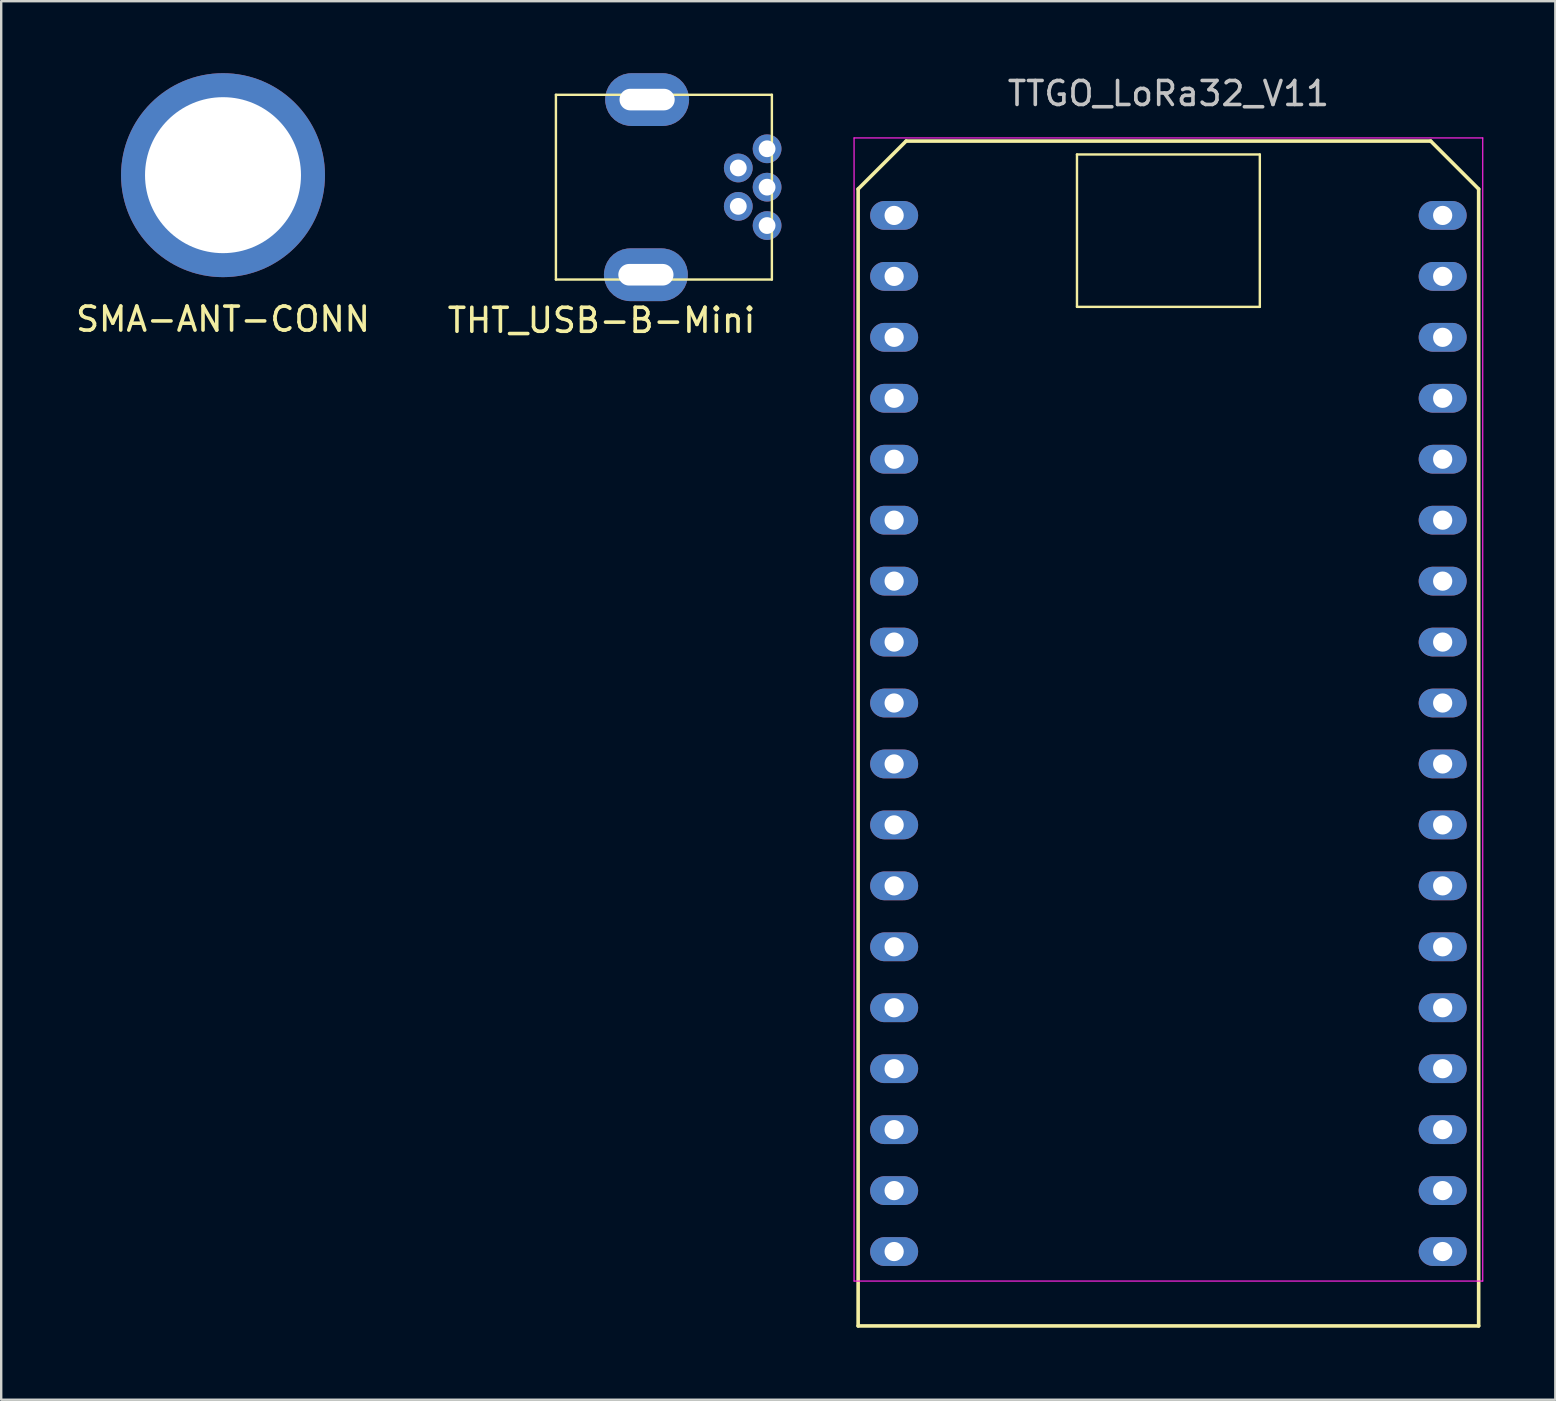
<source format=kicad_pcb>
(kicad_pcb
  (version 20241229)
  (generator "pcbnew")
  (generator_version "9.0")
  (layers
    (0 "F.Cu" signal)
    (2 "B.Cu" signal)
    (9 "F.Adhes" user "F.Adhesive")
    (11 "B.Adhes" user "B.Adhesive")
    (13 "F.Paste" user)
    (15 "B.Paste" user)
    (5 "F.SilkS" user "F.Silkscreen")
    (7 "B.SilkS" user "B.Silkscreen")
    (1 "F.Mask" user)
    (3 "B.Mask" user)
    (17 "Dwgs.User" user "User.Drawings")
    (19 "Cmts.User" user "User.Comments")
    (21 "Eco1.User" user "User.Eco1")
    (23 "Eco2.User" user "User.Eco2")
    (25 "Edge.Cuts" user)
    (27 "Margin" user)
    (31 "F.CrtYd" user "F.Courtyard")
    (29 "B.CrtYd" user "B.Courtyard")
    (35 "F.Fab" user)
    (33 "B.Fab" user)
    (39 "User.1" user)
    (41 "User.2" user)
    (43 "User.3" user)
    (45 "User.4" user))
  (footprint "TTGO_LoRa32_V11"
    (layer "F.Cu")
    (at 45.643 26.248)
    (property "Reference" "TTGO_LoRa32_V11" (at 0 -25.4 0) (layer "Dwgs.User") (effects (font (size 1 1) (thickness 0.15))))
    (attr through_hole)
    (fp_line (start -12.93 25.96) (end 12.93 25.96) (stroke (width 0.15) (type solid)) (layer "F.SilkS"))
    (fp_line (start -12.93 -21.42) (end -12.93 25.96) (stroke (width 0.15) (type solid)) (layer "F.SilkS"))
    (fp_line (start -10.93 -23.42) (end -12.93 -21.42) (stroke (width 0.15) (type solid)) (layer "F.SilkS"))
    (fp_line (start -3.81 -22.86) (end 3.81 -22.86) (stroke (width 0.1) (type solid)) (layer "F.SilkS"))
    (fp_line (start -3.81 -16.51) (end -3.81 -22.86) (stroke (width 0.1) (type solid)) (layer "F.SilkS"))
    (fp_line (start 3.81 -22.86) (end 3.81 -16.51) (stroke (width 0.1) (type solid)) (layer "F.SilkS"))
    (fp_line (start 3.81 -16.51) (end -3.81 -16.51) (stroke (width 0.1) (type solid)) (layer "F.SilkS"))
    (fp_line (start 10.93 -23.42) (end -10.93 -23.42) (stroke (width 0.15) (type solid)) (layer "F.SilkS"))
    (fp_line (start 10.93 -23.42) (end 12.93 -21.42) (stroke (width 0.15) (type solid)) (layer "F.SilkS"))
    (fp_line (start 12.93 25.96) (end 12.93 -21.42) (stroke (width 0.15) (type solid)) (layer "F.SilkS"))
    (fp_line (start -13.1 -23.55) (end 13.1 -23.55) (stroke (width 0.05) (type solid)) (layer "F.CrtYd"))
    (fp_line (start -13.1 24.09) (end -13.1 -23.55) (stroke (width 0.05) (type solid)) (layer "F.CrtYd"))
    (fp_line (start 13.1 -23.55) (end 13.1 24.09) (stroke (width 0.05) (type solid)) (layer "F.CrtYd"))
    (fp_line (start 13.1 24.09) (end -13.1 24.09) (stroke (width 0.05) (type solid)) (layer "F.CrtYd"))
    (pad "1" thru_hole oval (at -11.43 -20.32 270) (size 1.2 2) (drill 0.8) (layers "*.Cu" "*.Mask"))
    (pad "2" thru_hole oval (at -11.43 -17.78 270) (size 1.2 2) (drill 0.8) (layers "*.Cu" "*.Mask"))
    (pad "3" thru_hole oval (at -11.43 -15.24 270) (size 1.2 2) (drill 0.8) (layers "*.Cu" "*.Mask"))
    (pad "4" thru_hole oval (at -11.43 -12.7 270) (size 1.2 2) (drill 0.8) (layers "*.Cu" "*.Mask"))
    (pad "5" thru_hole oval (at -11.43 -10.16 270) (size 1.2 2) (drill 0.8) (layers "*.Cu" "*.Mask"))
    (pad "6" thru_hole oval (at -11.43 -7.62 270) (size 1.2 2) (drill 0.8) (layers "*.Cu" "*.Mask"))
    (pad "7" thru_hole oval (at -11.43 -5.08 270) (size 1.2 2) (drill 0.8) (layers "*.Cu" "*.Mask"))
    (pad "8" thru_hole oval (at -11.43 -2.54 270) (size 1.2 2) (drill 0.8) (layers "*.Cu" "*.Mask"))
    (pad "9" thru_hole oval (at -11.43 0 270) (size 1.2 2) (drill 0.8) (layers "*.Cu" "*.Mask"))
    (pad "10" thru_hole oval (at -11.43 2.54 270) (size 1.2 2) (drill 0.8) (layers "*.Cu" "*.Mask"))
    (pad "11" thru_hole oval (at -11.43 5.08 270) (size 1.2 2) (drill 0.8) (layers "*.Cu" "*.Mask"))
    (pad "12" thru_hole oval (at -11.43 7.62 270) (size 1.2 2) (drill 0.8) (layers "*.Cu" "*.Mask"))
    (pad "13" thru_hole oval (at -11.43 10.16 270) (size 1.2 2) (drill 0.8) (layers "*.Cu" "*.Mask"))
    (pad "14" thru_hole oval (at -11.43 12.7 270) (size 1.2 2) (drill 0.8) (layers "*.Cu" "*.Mask"))
    (pad "15" thru_hole oval (at -11.43 15.24 270) (size 1.2 2) (drill 0.8) (layers "*.Cu" "*.Mask"))
    (pad "16" thru_hole oval (at -11.43 17.78 270) (size 1.2 2) (drill 0.8) (layers "*.Cu" "*.Mask"))
    (pad "17" thru_hole oval (at -11.43 20.32 270) (size 1.2 2) (drill 0.8) (layers "*.Cu" "*.Mask"))
    (pad "18" thru_hole oval (at -11.43 22.86 270) (size 1.2 2) (drill 0.8) (layers "*.Cu" "*.Mask"))
    (pad "19" thru_hole oval (at 11.43 22.86 270) (size 1.2 2) (drill 0.8) (layers "*.Cu" "*.Mask"))
    (pad "20" thru_hole oval (at 11.43 20.32 270) (size 1.2 2) (drill 0.8) (layers "*.Cu" "*.Mask"))
    (pad "21" thru_hole oval (at 11.43 17.78 270) (size 1.2 2) (drill 0.8) (layers "*.Cu" "*.Mask"))
    (pad "22" thru_hole oval (at 11.43 15.24 270) (size 1.2 2) (drill 0.8) (layers "*.Cu" "*.Mask"))
    (pad "23" thru_hole oval (at 11.43 12.7 270) (size 1.2 2) (drill 0.8) (layers "*.Cu" "*.Mask"))
    (pad "24" thru_hole oval (at 11.43 10.16 270) (size 1.2 2) (drill 0.8) (layers "*.Cu" "*.Mask"))
    (pad "25" thru_hole oval (at 11.43 7.62 270) (size 1.2 2) (drill 0.8) (layers "*.Cu" "*.Mask"))
    (pad "26" thru_hole oval (at 11.43 5.08 270) (size 1.2 2) (drill 0.8) (layers "*.Cu" "*.Mask"))
    (pad "27" thru_hole oval (at 11.43 2.54 270) (size 1.2 2) (drill 0.8) (layers "*.Cu" "*.Mask"))
    (pad "28" thru_hole oval (at 11.43 0 270) (size 1.2 2) (drill 0.8) (layers "*.Cu" "*.Mask"))
    (pad "29" thru_hole oval (at 11.43 -2.54 270) (size 1.2 2) (drill 0.8) (layers "*.Cu" "*.Mask"))
    (pad "30" thru_hole oval (at 11.43 -5.08 270) (size 1.2 2) (drill 0.8) (layers "*.Cu" "*.Mask"))
    (pad "31" thru_hole oval (at 11.43 -7.62 270) (size 1.2 2) (drill 0.8) (layers "*.Cu" "*.Mask"))
    (pad "32" thru_hole oval (at 11.43 -10.16 270) (size 1.2 2) (drill 0.8) (layers "*.Cu" "*.Mask"))
    (pad "33" thru_hole oval (at 11.43 -12.7 270) (size 1.2 2) (drill 0.8) (layers "*.Cu" "*.Mask"))
    (pad "34" thru_hole oval (at 11.43 -15.24 270) (size 1.2 2) (drill 0.8) (layers "*.Cu" "*.Mask"))
    (pad "35" thru_hole oval (at 11.43 -17.78 270) (size 1.2 2) (drill 0.8) (layers "*.Cu" "*.Mask"))
    (pad "36" thru_hole oval (at 11.43 -20.32 270) (size 1.2 2) (drill 0.8) (layers "*.Cu" "*.Mask")))
  (footprint "THT_USB-B-Mini"
    (layer "F.Cu")
    (at 20.118 8.6)
    (property "Reference" "THT_USB-B-Mini" (at 1.9 1.7 0) (layer "F.SilkS") (effects (font (size 1 1) (thickness 0.15))))
    (attr through_hole)
    (fp_line (start 0 -7.7) (end 9 -7.7) (stroke (width 0.1) (type solid)) (layer "F.SilkS"))
    (fp_line (start 0 0) (end 0 -7.7) (stroke (width 0.1) (type solid)) (layer "F.SilkS"))
    (fp_line (start 9 -7.7) (end 9 0) (stroke (width 0.1) (type solid)) (layer "F.SilkS"))
    (fp_line (start 9 0) (end 0 0) (stroke (width 0.1) (type solid)) (layer "F.SilkS"))
    (pad "1" thru_hole circle (at 8.8 -5.45 90) (size 1.2 1.2) (drill 0.7) (layers "*.Cu" "*.Mask"))
    (pad "2" thru_hole circle (at 7.6 -4.65 90) (size 1.2 1.2) (drill 0.7) (layers "*.Cu" "*.Mask"))
    (pad "3" thru_hole circle (at 8.8 -3.85 90) (size 1.2 1.2) (drill 0.7) (layers "*.Cu" "*.Mask"))
    (pad "4" thru_hole circle (at 7.6 -3.05 90) (size 1.2 1.2) (drill 0.7) (layers "*.Cu" "*.Mask"))
    (pad "5" thru_hole circle (at 8.8 -2.25 90) (size 1.2 1.2) (drill 0.7) (layers "*.Cu" "*.Mask"))
    (pad "6" thru_hole roundrect (at 3.75 -0.2 90) (size 2.2 3.5) (drill oval 0.9 2.3) (layers "*.Cu" "*.Mask") (roundrect_rratio 0.5))
    (pad "7" thru_hole roundrect (at 3.8 -7.5 90) (size 2.2 3.5) (drill oval 0.9 2.3) (layers "*.Cu" "*.Mask") (roundrect_rratio 0.5)))
  (footprint "SMA-ANT-CONN"
    (layer "F.Cu")
    (at 6.244 4.25)
    (property "Reference" "SMA-ANT-CONN" (at 0 6 0) (layer "F.SilkS") (effects (font (size 1 1) (thickness 0.15))))
    (attr through_hole)
    (pad "1" thru_hole circle (at 0 0) (size 8.5 8.5) (drill 6.5) (layers "*.Cu" "*.Mask")))
  (gr_rect
    (start -3 -3)
    (end 61.768 55.283)
    (stroke (width 0.1) (type default))
    (fill no)
    (layer "Edge.Cuts")))
</source>
